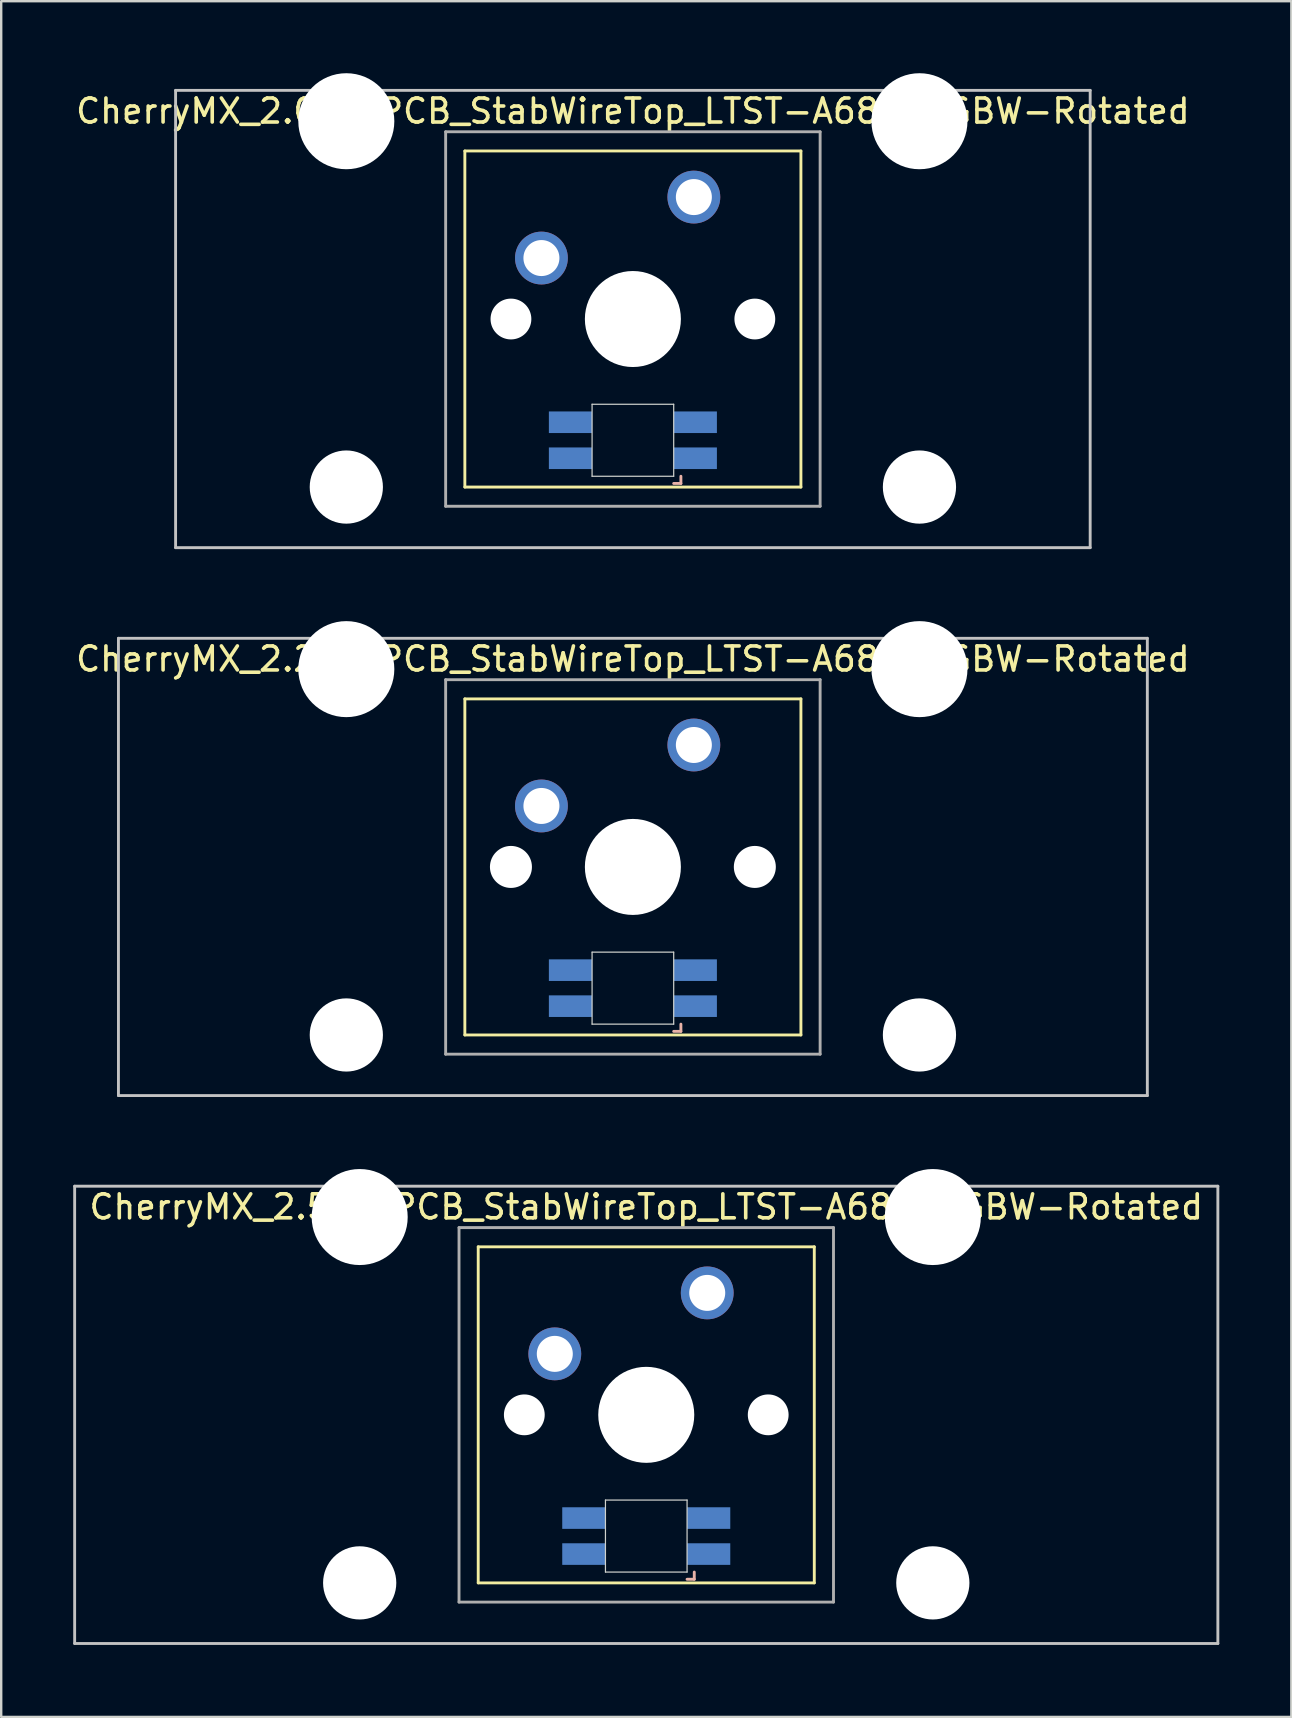
<source format=kicad_pcb>
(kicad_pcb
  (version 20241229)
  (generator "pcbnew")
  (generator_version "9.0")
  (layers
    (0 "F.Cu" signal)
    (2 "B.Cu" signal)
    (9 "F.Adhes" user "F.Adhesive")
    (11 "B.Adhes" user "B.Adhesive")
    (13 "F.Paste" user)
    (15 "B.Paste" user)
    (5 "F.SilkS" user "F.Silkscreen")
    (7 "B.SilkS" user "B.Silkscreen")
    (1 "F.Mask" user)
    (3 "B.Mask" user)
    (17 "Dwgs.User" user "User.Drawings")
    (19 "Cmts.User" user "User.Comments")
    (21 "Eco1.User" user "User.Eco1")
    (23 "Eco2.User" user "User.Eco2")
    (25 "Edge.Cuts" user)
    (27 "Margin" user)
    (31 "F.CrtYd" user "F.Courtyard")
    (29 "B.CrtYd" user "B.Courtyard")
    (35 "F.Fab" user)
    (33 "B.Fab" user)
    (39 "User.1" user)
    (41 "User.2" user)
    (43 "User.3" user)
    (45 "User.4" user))
  (footprint "CherryMX_2.00u_PCB_StabWireTop_LTST-A683CEGBW-Rotated"
    (layer "F.Cu")
    (at 23.315 10.24)
    (property "Reference" "CherryMX_2.00u_PCB_StabWireTop_LTST-A683CEGBW-Rotated" (at 0 -8.662 0) (layer "F.SilkS") (effects (font (size 1 1) (thickness 0.15))))
    (attr through_hole)
    (fp_line (start -7 -7) (end -7 7) (stroke (width 0.12) (type solid)) (layer "F.SilkS"))
    (fp_line (start -7 -7) (end 7 -7) (stroke (width 0.12) (type solid)) (layer "F.SilkS"))
    (fp_line (start 7 -7) (end 7 7) (stroke (width 0.12) (type solid)) (layer "F.SilkS"))
    (fp_line (start 7 7) (end -7 7) (stroke (width 0.12) (type solid)) (layer "F.SilkS"))
    (fp_line (start 1.7 6.85) (end 2 6.85) (stroke (width 0.12) (type solid)) (layer "B.SilkS"))
    (fp_line (start 2 6.85) (end 2 6.55) (stroke (width 0.12) (type solid)) (layer "B.SilkS"))
    (fp_line (start -19.05 -9.525) (end 19.05 -9.525) (stroke (width 0.12) (type solid)) (layer "Dwgs.User"))
    (fp_line (start -19.05 9.525) (end -19.05 -9.525) (stroke (width 0.12) (type solid)) (layer "Dwgs.User"))
    (fp_line (start 19.05 -9.525) (end 19.05 9.525) (stroke (width 0.12) (type solid)) (layer "Dwgs.User"))
    (fp_line (start 19.05 9.525) (end -19.05 9.525) (stroke (width 0.12) (type solid)) (layer "Dwgs.User"))
    (fp_line (start -1.7 3.55) (end 1.7 3.55) (stroke (width 0.05) (type solid)) (layer "Edge.Cuts"))
    (fp_line (start -1.7 6.55) (end -1.7 3.55) (stroke (width 0.05) (type solid)) (layer "Edge.Cuts"))
    (fp_line (start 1.7 3.55) (end 1.7 6.55) (stroke (width 0.05) (type solid)) (layer "Edge.Cuts"))
    (fp_line (start 1.7 6.55) (end -1.7 6.55) (stroke (width 0.05) (type solid)) (layer "Edge.Cuts"))
    (fp_line (start -7.8 -7.8) (end -7.8 7.8) (stroke (width 0.12) (type solid)) (layer "F.Fab"))
    (fp_line (start -7.8 -7.8) (end 7.8 -7.8) (stroke (width 0.12) (type solid)) (layer "F.Fab"))
    (fp_line (start -7.8 7.8) (end 7.8 7.8) (stroke (width 0.12) (type solid)) (layer "F.Fab"))
    (fp_line (start 7.8 -7.8) (end 7.8 7.8) (stroke (width 0.12) (type solid)) (layer "F.Fab"))
    (pad "" np_thru_hole circle (at -11.938 -8.24) (size 4 4) (drill 4) (layers "*.Cu" "*.Mask"))
    (pad "" np_thru_hole circle (at -11.938 7) (size 3.05 3.05) (drill 3.05) (layers "*.Cu" "*.Mask"))
    (pad "" np_thru_hole circle (at -5.08 0) (size 1.7 1.7) (drill 1.7) (layers "*.Cu" "*.Mask"))
    (pad "" np_thru_hole circle (at 0 0) (size 4 4) (drill 4) (layers "*.Cu" "*.Mask"))
    (pad "" np_thru_hole circle (at 5.08 0) (size 1.7 1.7) (drill 1.7) (layers "*.Cu" "*.Mask"))
    (pad "" np_thru_hole circle (at 11.938 -8.24) (size 4 4) (drill 4) (layers "*.Cu" "*.Mask"))
    (pad "" np_thru_hole circle (at 11.938 7) (size 3.05 3.05) (drill 3.05) (layers "*.Cu" "*.Mask"))
    (pad "1" thru_hole circle (at -3.81 -2.54) (size 2.2 2.2) (drill 1.5) (layers "*.Cu" "*.Mask"))
    (pad "2" thru_hole circle (at 2.54 -5.08) (size 2.2 2.2) (drill 1.5) (layers "*.Cu" "*.Mask"))
    (pad "3" smd rect (at 2.6 5.8 180) (size 1.8 0.9) (layers "B.Cu" "B.Mask" "B.Paste"))
    (pad "4" smd rect (at 2.6 4.3 180) (size 1.8 0.9) (layers "B.Cu" "B.Mask" "B.Paste"))
    (pad "5" smd rect (at -2.6 5.8 180) (size 1.8 0.9) (layers "B.Cu" "B.Mask" "B.Paste"))
    (pad "6" smd rect (at -2.6 4.3 180) (size 1.8 0.9) (layers "B.Cu" "B.Mask" "B.Paste")))
  (footprint "CherryMX_2.50u_PCB_StabWireTop_LTST-A683CEGBW-Rotated"
    (layer "F.Cu")
    (at 23.872 55.89)
    (property "Reference" "CherryMX_2.50u_PCB_StabWireTop_LTST-A683CEGBW-Rotated" (at 0 -8.662 0) (layer "F.SilkS") (effects (font (size 1 1) (thickness 0.15))))
    (attr through_hole)
    (fp_line (start -7 -7) (end -7 7) (stroke (width 0.12) (type solid)) (layer "F.SilkS"))
    (fp_line (start -7 -7) (end 7 -7) (stroke (width 0.12) (type solid)) (layer "F.SilkS"))
    (fp_line (start 7 -7) (end 7 7) (stroke (width 0.12) (type solid)) (layer "F.SilkS"))
    (fp_line (start 7 7) (end -7 7) (stroke (width 0.12) (type solid)) (layer "F.SilkS"))
    (fp_line (start 1.7 6.85) (end 2 6.85) (stroke (width 0.12) (type solid)) (layer "B.SilkS"))
    (fp_line (start 2 6.85) (end 2 6.55) (stroke (width 0.12) (type solid)) (layer "B.SilkS"))
    (fp_line (start -23.812 -9.525) (end 23.812 -9.525) (stroke (width 0.12) (type solid)) (layer "Dwgs.User"))
    (fp_line (start -23.812 9.525) (end -23.812 -9.525) (stroke (width 0.12) (type solid)) (layer "Dwgs.User"))
    (fp_line (start 23.812 -9.525) (end 23.812 9.525) (stroke (width 0.12) (type solid)) (layer "Dwgs.User"))
    (fp_line (start 23.812 9.525) (end -23.812 9.525) (stroke (width 0.12) (type solid)) (layer "Dwgs.User"))
    (fp_line (start -1.7 3.55) (end 1.7 3.55) (stroke (width 0.05) (type solid)) (layer "Edge.Cuts"))
    (fp_line (start -1.7 6.55) (end -1.7 3.55) (stroke (width 0.05) (type solid)) (layer "Edge.Cuts"))
    (fp_line (start 1.7 3.55) (end 1.7 6.55) (stroke (width 0.05) (type solid)) (layer "Edge.Cuts"))
    (fp_line (start 1.7 6.55) (end -1.7 6.55) (stroke (width 0.05) (type solid)) (layer "Edge.Cuts"))
    (fp_line (start -7.8 -7.8) (end -7.8 7.8) (stroke (width 0.12) (type solid)) (layer "F.Fab"))
    (fp_line (start -7.8 -7.8) (end 7.8 -7.8) (stroke (width 0.12) (type solid)) (layer "F.Fab"))
    (fp_line (start -7.8 7.8) (end 7.8 7.8) (stroke (width 0.12) (type solid)) (layer "F.Fab"))
    (fp_line (start 7.8 -7.8) (end 7.8 7.8) (stroke (width 0.12) (type solid)) (layer "F.Fab"))
    (pad "" np_thru_hole circle (at -11.938 -8.24) (size 4 4) (drill 4) (layers "*.Cu" "*.Mask"))
    (pad "" np_thru_hole circle (at -11.938 7) (size 3.05 3.05) (drill 3.05) (layers "*.Cu" "*.Mask"))
    (pad "" np_thru_hole circle (at -5.08 0) (size 1.7 1.7) (drill 1.7) (layers "*.Cu" "*.Mask"))
    (pad "" np_thru_hole circle (at 0 0) (size 4 4) (drill 4) (layers "*.Cu" "*.Mask"))
    (pad "" np_thru_hole circle (at 5.08 0) (size 1.7 1.7) (drill 1.7) (layers "*.Cu" "*.Mask"))
    (pad "" np_thru_hole circle (at 11.938 -8.24) (size 4 4) (drill 4) (layers "*.Cu" "*.Mask"))
    (pad "" np_thru_hole circle (at 11.938 7) (size 3.05 3.05) (drill 3.05) (layers "*.Cu" "*.Mask"))
    (pad "1" thru_hole circle (at -3.81 -2.54) (size 2.2 2.2) (drill 1.5) (layers "*.Cu" "*.Mask"))
    (pad "2" thru_hole circle (at 2.54 -5.08) (size 2.2 2.2) (drill 1.5) (layers "*.Cu" "*.Mask"))
    (pad "3" smd rect (at 2.6 5.8 180) (size 1.8 0.9) (layers "B.Cu" "B.Mask" "B.Paste"))
    (pad "4" smd rect (at 2.6 4.3 180) (size 1.8 0.9) (layers "B.Cu" "B.Mask" "B.Paste"))
    (pad "5" smd rect (at -2.6 5.8 180) (size 1.8 0.9) (layers "B.Cu" "B.Mask" "B.Paste"))
    (pad "6" smd rect (at -2.6 4.3 180) (size 1.8 0.9) (layers "B.Cu" "B.Mask" "B.Paste")))
  (footprint "CherryMX_2.25u_PCB_StabWireTop_LTST-A683CEGBW-Rotated"
    (layer "F.Cu")
    (at 23.315 33.065)
    (property "Reference" "CherryMX_2.25u_PCB_StabWireTop_LTST-A683CEGBW-Rotated" (at 0 -8.662 0) (layer "F.SilkS") (effects (font (size 1 1) (thickness 0.15))))
    (attr through_hole)
    (fp_line (start -7 -7) (end -7 7) (stroke (width 0.12) (type solid)) (layer "F.SilkS"))
    (fp_line (start -7 -7) (end 7 -7) (stroke (width 0.12) (type solid)) (layer "F.SilkS"))
    (fp_line (start 7 -7) (end 7 7) (stroke (width 0.12) (type solid)) (layer "F.SilkS"))
    (fp_line (start 7 7) (end -7 7) (stroke (width 0.12) (type solid)) (layer "F.SilkS"))
    (fp_line (start 1.7 6.85) (end 2 6.85) (stroke (width 0.12) (type solid)) (layer "B.SilkS"))
    (fp_line (start 2 6.85) (end 2 6.55) (stroke (width 0.12) (type solid)) (layer "B.SilkS"))
    (fp_line (start -21.431 -9.525) (end 21.431 -9.525) (stroke (width 0.12) (type solid)) (layer "Dwgs.User"))
    (fp_line (start -21.431 9.525) (end -21.431 -9.525) (stroke (width 0.12) (type solid)) (layer "Dwgs.User"))
    (fp_line (start 21.431 -9.525) (end 21.431 9.525) (stroke (width 0.12) (type solid)) (layer "Dwgs.User"))
    (fp_line (start 21.431 9.525) (end -21.431 9.525) (stroke (width 0.12) (type solid)) (layer "Dwgs.User"))
    (fp_line (start -1.7 3.55) (end 1.7 3.55) (stroke (width 0.05) (type solid)) (layer "Edge.Cuts"))
    (fp_line (start -1.7 6.55) (end -1.7 3.55) (stroke (width 0.05) (type solid)) (layer "Edge.Cuts"))
    (fp_line (start 1.7 3.55) (end 1.7 6.55) (stroke (width 0.05) (type solid)) (layer "Edge.Cuts"))
    (fp_line (start 1.7 6.55) (end -1.7 6.55) (stroke (width 0.05) (type solid)) (layer "Edge.Cuts"))
    (fp_line (start -7.8 -7.8) (end -7.8 7.8) (stroke (width 0.12) (type solid)) (layer "F.Fab"))
    (fp_line (start -7.8 -7.8) (end 7.8 -7.8) (stroke (width 0.12) (type solid)) (layer "F.Fab"))
    (fp_line (start -7.8 7.8) (end 7.8 7.8) (stroke (width 0.12) (type solid)) (layer "F.Fab"))
    (fp_line (start 7.8 -7.8) (end 7.8 7.8) (stroke (width 0.12) (type solid)) (layer "F.Fab"))
    (pad "" np_thru_hole circle (at -11.938 -8.24) (size 4 4) (drill 4) (layers "*.Cu" "*.Mask"))
    (pad "" np_thru_hole circle (at -11.938 7) (size 3.05 3.05) (drill 3.05) (layers "*.Cu" "*.Mask"))
    (pad "" np_thru_hole circle (at -5.08 0) (size 1.75 1.75) (drill 1.75) (layers "*.Cu" "*.Mask"))
    (pad "" np_thru_hole circle (at 0 0) (size 4 4) (drill 4) (layers "*.Cu" "*.Mask"))
    (pad "" np_thru_hole circle (at 5.08 0) (size 1.75 1.75) (drill 1.75) (layers "*.Cu" "*.Mask"))
    (pad "" np_thru_hole circle (at 11.938 -8.24) (size 4 4) (drill 4) (layers "*.Cu" "*.Mask"))
    (pad "" np_thru_hole circle (at 11.938 7) (size 3.05 3.05) (drill 3.05) (layers "*.Cu" "*.Mask"))
    (pad "1" thru_hole circle (at -3.81 -2.54) (size 2.2 2.2) (drill 1.5) (layers "*.Cu" "*.Mask"))
    (pad "2" thru_hole circle (at 2.54 -5.08) (size 2.2 2.2) (drill 1.5) (layers "*.Cu" "*.Mask"))
    (pad "3" smd rect (at 2.6 5.8 180) (size 1.8 0.9) (layers "B.Cu" "B.Mask" "B.Paste"))
    (pad "4" smd rect (at 2.6 4.3 180) (size 1.8 0.9) (layers "B.Cu" "B.Mask" "B.Paste"))
    (pad "5" smd rect (at -2.6 5.8 180) (size 1.8 0.9) (layers "B.Cu" "B.Mask" "B.Paste"))
    (pad "6" smd rect (at -2.6 4.3 180) (size 1.8 0.9) (layers "B.Cu" "B.Mask" "B.Paste")))
  (gr_rect
    (start -3 -3)
    (end 50.745 68.475)
    (stroke (width 0.1) (type default))
    (fill no)
    (layer "Edge.Cuts")))
</source>
